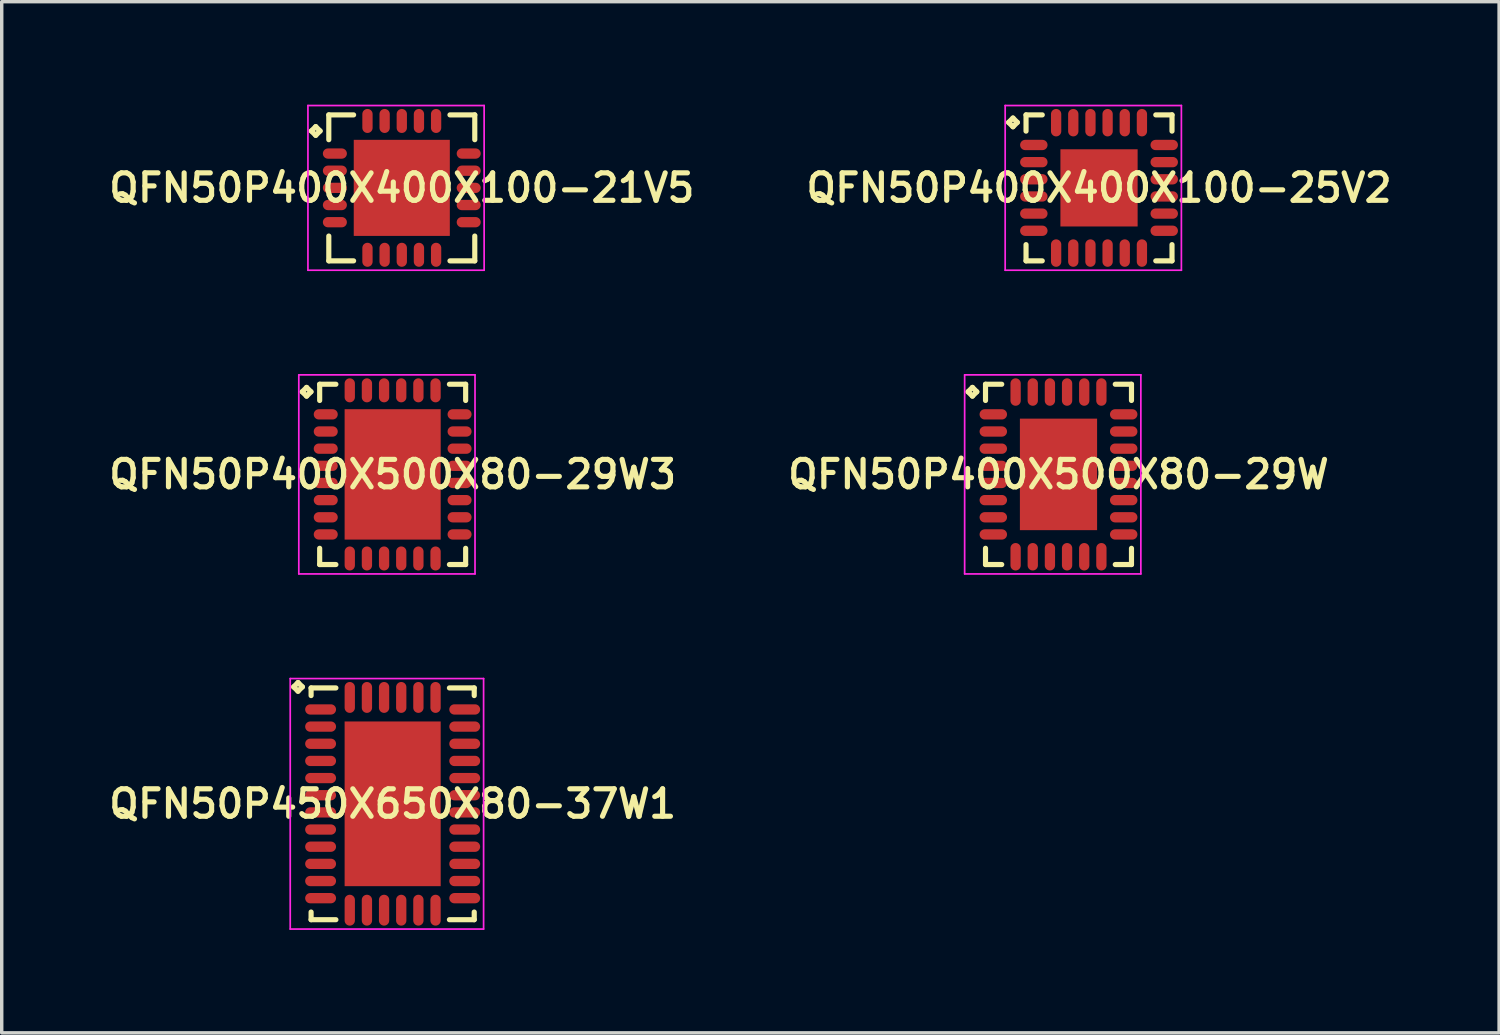
<source format=kicad_pcb>
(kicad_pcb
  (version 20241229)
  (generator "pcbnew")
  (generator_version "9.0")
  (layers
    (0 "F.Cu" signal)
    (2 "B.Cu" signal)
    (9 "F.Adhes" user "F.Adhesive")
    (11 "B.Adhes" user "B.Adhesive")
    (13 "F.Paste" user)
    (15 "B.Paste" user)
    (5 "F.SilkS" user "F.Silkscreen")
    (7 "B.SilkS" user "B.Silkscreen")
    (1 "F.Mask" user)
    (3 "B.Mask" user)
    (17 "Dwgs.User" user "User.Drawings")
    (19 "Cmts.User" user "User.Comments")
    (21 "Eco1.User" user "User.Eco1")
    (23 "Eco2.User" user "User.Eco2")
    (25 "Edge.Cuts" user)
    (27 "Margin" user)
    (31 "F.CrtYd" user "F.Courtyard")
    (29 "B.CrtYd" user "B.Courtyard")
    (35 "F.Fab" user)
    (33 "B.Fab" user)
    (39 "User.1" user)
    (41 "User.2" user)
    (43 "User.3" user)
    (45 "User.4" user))
  (footprint "QFN50P400X400X100-25V2"
    (layer "F.Cu")
    (at 28.978 2.425)
    (property "Reference" "QFN50P400X400X100-25V2" (at 0 0 0) (layer "F.SilkS") (effects (font (size 0.8 0.8) (thickness 0.15))))
    (attr smd)
    (fp_line (start -2.635 -1.908) (end -2.508 -2.035) (stroke (width 0.15) (type solid)) (layer "F.SilkS"))
    (fp_line (start -2.508 -2.035) (end -2.381 -1.908) (stroke (width 0.15) (type solid)) (layer "F.SilkS"))
    (fp_line (start -2.508 -1.781) (end -2.635 -1.908) (stroke (width 0.15) (type solid)) (layer "F.SilkS"))
    (fp_line (start -2.381 -1.908) (end -2.508 -1.781) (stroke (width 0.15) (type solid)) (layer "F.SilkS"))
    (fp_line (start -2.127 -2.127) (end -1.654 -2.127) (stroke (width 0.15) (type solid)) (layer "F.SilkS"))
    (fp_line (start -2.127 -1.654) (end -2.127 -2.127) (stroke (width 0.15) (type solid)) (layer "F.SilkS"))
    (fp_line (start -2.127 1.654) (end -2.127 2.127) (stroke (width 0.15) (type solid)) (layer "F.SilkS"))
    (fp_line (start -2.127 2.127) (end -1.654 2.127) (stroke (width 0.15) (type solid)) (layer "F.SilkS"))
    (fp_line (start 1.654 -2.127) (end 2.127 -2.127) (stroke (width 0.15) (type solid)) (layer "F.SilkS"))
    (fp_line (start 1.654 2.127) (end 2.127 2.127) (stroke (width 0.15) (type solid)) (layer "F.SilkS"))
    (fp_line (start 2.127 -2.127) (end 2.127 -1.654) (stroke (width 0.15) (type solid)) (layer "F.SilkS"))
    (fp_line (start 2.127 2.127) (end 2.127 1.654) (stroke (width 0.15) (type solid)) (layer "F.SilkS"))
    (fp_line (start -2.735 -2.4) (end 2.4 -2.4) (stroke (width 0.05) (type solid)) (layer "F.CrtYd"))
    (fp_line (start -2.735 2.4) (end -2.735 -2.4) (stroke (width 0.05) (type solid)) (layer "F.CrtYd"))
    (fp_line (start 2.4 -2.4) (end 2.4 2.4) (stroke (width 0.05) (type solid)) (layer "F.CrtYd"))
    (fp_line (start 2.4 2.4) (end -2.735 2.4) (stroke (width 0.05) (type solid)) (layer "F.CrtYd"))
    (pad "1" smd oval (at -1.9 -1.25) (size 0.8 0.3) (layers "F.Cu" "F.Mask" "F.Paste"))
    (pad "2" smd oval (at -1.9 -0.75) (size 0.8 0.3) (layers "F.Cu" "F.Mask" "F.Paste"))
    (pad "3" smd oval (at -1.9 -0.25) (size 0.8 0.3) (layers "F.Cu" "F.Mask" "F.Paste"))
    (pad "4" smd oval (at -1.9 0.25) (size 0.8 0.3) (layers "F.Cu" "F.Mask" "F.Paste"))
    (pad "5" smd oval (at -1.9 0.75) (size 0.8 0.3) (layers "F.Cu" "F.Mask" "F.Paste"))
    (pad "6" smd oval (at -1.9 1.25) (size 0.8 0.3) (layers "F.Cu" "F.Mask" "F.Paste"))
    (pad "7" smd oval (at -1.25 1.9) (size 0.3 0.8) (layers "F.Cu" "F.Mask" "F.Paste"))
    (pad "8" smd oval (at -0.75 1.9) (size 0.3 0.8) (layers "F.Cu" "F.Mask" "F.Paste"))
    (pad "9" smd oval (at -0.25 1.9) (size 0.3 0.8) (layers "F.Cu" "F.Mask" "F.Paste"))
    (pad "10" smd oval (at 0.25 1.9) (size 0.3 0.8) (layers "F.Cu" "F.Mask" "F.Paste"))
    (pad "11" smd oval (at 0.75 1.9) (size 0.3 0.8) (layers "F.Cu" "F.Mask" "F.Paste"))
    (pad "12" smd oval (at 1.25 1.9) (size 0.3 0.8) (layers "F.Cu" "F.Mask" "F.Paste"))
    (pad "13" smd oval (at 1.9 1.25) (size 0.8 0.3) (layers "F.Cu" "F.Mask" "F.Paste"))
    (pad "14" smd oval (at 1.9 0.75) (size 0.8 0.3) (layers "F.Cu" "F.Mask" "F.Paste"))
    (pad "15" smd oval (at 1.9 0.25) (size 0.8 0.3) (layers "F.Cu" "F.Mask" "F.Paste"))
    (pad "16" smd oval (at 1.9 -0.25) (size 0.8 0.3) (layers "F.Cu" "F.Mask" "F.Paste"))
    (pad "17" smd oval (at 1.9 -0.75) (size 0.8 0.3) (layers "F.Cu" "F.Mask" "F.Paste"))
    (pad "18" smd oval (at 1.9 -1.25) (size 0.8 0.3) (layers "F.Cu" "F.Mask" "F.Paste"))
    (pad "19" smd oval (at 1.25 -1.9) (size 0.3 0.8) (layers "F.Cu" "F.Mask" "F.Paste"))
    (pad "20" smd oval (at 0.75 -1.9) (size 0.3 0.8) (layers "F.Cu" "F.Mask" "F.Paste"))
    (pad "21" smd oval (at 0.25 -1.9) (size 0.3 0.8) (layers "F.Cu" "F.Mask" "F.Paste"))
    (pad "22" smd oval (at -0.25 -1.9) (size 0.3 0.8) (layers "F.Cu" "F.Mask" "F.Paste"))
    (pad "23" smd oval (at -0.75 -1.9) (size 0.3 0.8) (layers "F.Cu" "F.Mask" "F.Paste"))
    (pad "24" smd oval (at -1.25 -1.9) (size 0.3 0.8) (layers "F.Cu" "F.Mask" "F.Paste"))
    (pad "25" smd rect (at 0 0) (size 2.25 2.25) (layers "F.Cu" "F.Mask" "F.Paste")))
  (footprint "QFN50P450X650X80-37W1"
    (layer "F.Cu")
    (at 8.393 20.375)
    (property "Reference" "QFN50P450X650X80-37W1" (at 0 0 0) (layer "F.SilkS") (effects (font (size 0.8 0.8) (thickness 0.15))))
    (attr smd)
    (fp_line (start -2.885 -3.408) (end -2.758 -3.535) (stroke (width 0.15) (type solid)) (layer "F.SilkS"))
    (fp_line (start -2.758 -3.535) (end -2.631 -3.408) (stroke (width 0.15) (type solid)) (layer "F.SilkS"))
    (fp_line (start -2.758 -3.281) (end -2.885 -3.408) (stroke (width 0.15) (type solid)) (layer "F.SilkS"))
    (fp_line (start -2.631 -3.408) (end -2.758 -3.281) (stroke (width 0.15) (type solid)) (layer "F.SilkS"))
    (fp_line (start -2.377 -3.377) (end -1.654 -3.377) (stroke (width 0.15) (type solid)) (layer "F.SilkS"))
    (fp_line (start -2.377 -3.154) (end -2.377 -3.377) (stroke (width 0.15) (type solid)) (layer "F.SilkS"))
    (fp_line (start -2.377 3.154) (end -2.377 3.377) (stroke (width 0.15) (type solid)) (layer "F.SilkS"))
    (fp_line (start -2.377 3.377) (end -1.654 3.377) (stroke (width 0.15) (type solid)) (layer "F.SilkS"))
    (fp_line (start 1.654 -3.377) (end 2.377 -3.377) (stroke (width 0.15) (type solid)) (layer "F.SilkS"))
    (fp_line (start 1.654 3.377) (end 2.377 3.377) (stroke (width 0.15) (type solid)) (layer "F.SilkS"))
    (fp_line (start 2.377 -3.377) (end 2.377 -3.154) (stroke (width 0.15) (type solid)) (layer "F.SilkS"))
    (fp_line (start 2.377 3.377) (end 2.377 3.154) (stroke (width 0.15) (type solid)) (layer "F.SilkS"))
    (fp_line (start -2.985 -3.65) (end 2.65 -3.65) (stroke (width 0.05) (type solid)) (layer "F.CrtYd"))
    (fp_line (start -2.985 3.65) (end -2.985 -3.65) (stroke (width 0.05) (type solid)) (layer "F.CrtYd"))
    (fp_line (start 2.65 -3.65) (end 2.65 3.65) (stroke (width 0.05) (type solid)) (layer "F.CrtYd"))
    (fp_line (start 2.65 3.65) (end -2.985 3.65) (stroke (width 0.05) (type solid)) (layer "F.CrtYd"))
    (pad "1" smd oval (at -2.1 -2.75) (size 0.9 0.3) (layers "F.Cu" "F.Mask" "F.Paste"))
    (pad "2" smd oval (at -2.1 -2.25) (size 0.9 0.3) (layers "F.Cu" "F.Mask" "F.Paste"))
    (pad "3" smd oval (at -2.1 -1.75) (size 0.9 0.3) (layers "F.Cu" "F.Mask" "F.Paste"))
    (pad "4" smd oval (at -2.1 -1.25) (size 0.9 0.3) (layers "F.Cu" "F.Mask" "F.Paste"))
    (pad "5" smd oval (at -2.1 -0.75) (size 0.9 0.3) (layers "F.Cu" "F.Mask" "F.Paste"))
    (pad "6" smd oval (at -2.1 -0.25) (size 0.9 0.3) (layers "F.Cu" "F.Mask" "F.Paste"))
    (pad "7" smd oval (at -2.1 0.25) (size 0.9 0.3) (layers "F.Cu" "F.Mask" "F.Paste"))
    (pad "8" smd oval (at -2.1 0.75) (size 0.9 0.3) (layers "F.Cu" "F.Mask" "F.Paste"))
    (pad "9" smd oval (at -2.1 1.25) (size 0.9 0.3) (layers "F.Cu" "F.Mask" "F.Paste"))
    (pad "10" smd oval (at -2.1 1.75) (size 0.9 0.3) (layers "F.Cu" "F.Mask" "F.Paste"))
    (pad "11" smd oval (at -2.1 2.25) (size 0.9 0.3) (layers "F.Cu" "F.Mask" "F.Paste"))
    (pad "12" smd oval (at -2.1 2.75) (size 0.9 0.3) (layers "F.Cu" "F.Mask" "F.Paste"))
    (pad "13" smd oval (at -1.25 3.1) (size 0.3 0.9) (layers "F.Cu" "F.Mask" "F.Paste"))
    (pad "14" smd oval (at -0.75 3.1) (size 0.3 0.9) (layers "F.Cu" "F.Mask" "F.Paste"))
    (pad "15" smd oval (at -0.25 3.1) (size 0.3 0.9) (layers "F.Cu" "F.Mask" "F.Paste"))
    (pad "16" smd oval (at 0.25 3.1) (size 0.3 0.9) (layers "F.Cu" "F.Mask" "F.Paste"))
    (pad "17" smd oval (at 0.75 3.1) (size 0.3 0.9) (layers "F.Cu" "F.Mask" "F.Paste"))
    (pad "18" smd oval (at 1.25 3.1) (size 0.3 0.9) (layers "F.Cu" "F.Mask" "F.Paste"))
    (pad "19" smd oval (at 2.1 2.75) (size 0.9 0.3) (layers "F.Cu" "F.Mask" "F.Paste"))
    (pad "20" smd oval (at 2.1 2.25) (size 0.9 0.3) (layers "F.Cu" "F.Mask" "F.Paste"))
    (pad "21" smd oval (at 2.1 1.75) (size 0.9 0.3) (layers "F.Cu" "F.Mask" "F.Paste"))
    (pad "22" smd oval (at 2.1 1.25) (size 0.9 0.3) (layers "F.Cu" "F.Mask" "F.Paste"))
    (pad "23" smd oval (at 2.1 0.75) (size 0.9 0.3) (layers "F.Cu" "F.Mask" "F.Paste"))
    (pad "24" smd oval (at 2.1 0.25) (size 0.9 0.3) (layers "F.Cu" "F.Mask" "F.Paste"))
    (pad "25" smd oval (at 2.1 -0.25) (size 0.9 0.3) (layers "F.Cu" "F.Mask" "F.Paste"))
    (pad "26" smd oval (at 2.1 -0.75) (size 0.9 0.3) (layers "F.Cu" "F.Mask" "F.Paste"))
    (pad "27" smd oval (at 2.1 -1.25) (size 0.9 0.3) (layers "F.Cu" "F.Mask" "F.Paste"))
    (pad "28" smd oval (at 2.1 -1.75) (size 0.9 0.3) (layers "F.Cu" "F.Mask" "F.Paste"))
    (pad "29" smd oval (at 2.1 -2.25) (size 0.9 0.3) (layers "F.Cu" "F.Mask" "F.Paste"))
    (pad "30" smd oval (at 2.1 -2.75) (size 0.9 0.3) (layers "F.Cu" "F.Mask" "F.Paste"))
    (pad "31" smd oval (at 1.25 -3.1) (size 0.3 0.9) (layers "F.Cu" "F.Mask" "F.Paste"))
    (pad "32" smd oval (at 0.75 -3.1) (size 0.3 0.9) (layers "F.Cu" "F.Mask" "F.Paste"))
    (pad "33" smd oval (at 0.25 -3.1) (size 0.3 0.9) (layers "F.Cu" "F.Mask" "F.Paste"))
    (pad "34" smd oval (at -0.25 -3.1) (size 0.3 0.9) (layers "F.Cu" "F.Mask" "F.Paste"))
    (pad "35" smd oval (at -0.75 -3.1) (size 0.3 0.9) (layers "F.Cu" "F.Mask" "F.Paste"))
    (pad "36" smd oval (at -1.25 -3.1) (size 0.3 0.9) (layers "F.Cu" "F.Mask" "F.Paste"))
    (pad "37" smd rect (at 0 0) (size 2.8 4.8) (layers "F.Cu" "F.Mask" "F.Paste")))
  (footprint "QFN50P400X400X100-21V5"
    (layer "F.Cu")
    (at 8.659 2.425)
    (property "Reference" "QFN50P400X400X100-21V5" (at 0 0 0) (layer "F.SilkS") (effects (font (size 0.8 0.8) (thickness 0.15))))
    (attr smd)
    (fp_line (start -2.635 -1.658) (end -2.508 -1.785) (stroke (width 0.15) (type solid)) (layer "F.SilkS"))
    (fp_line (start -2.508 -1.785) (end -2.381 -1.658) (stroke (width 0.15) (type solid)) (layer "F.SilkS"))
    (fp_line (start -2.508 -1.531) (end -2.635 -1.658) (stroke (width 0.15) (type solid)) (layer "F.SilkS"))
    (fp_line (start -2.381 -1.658) (end -2.508 -1.531) (stroke (width 0.15) (type solid)) (layer "F.SilkS"))
    (fp_line (start -2.127 -2.127) (end -1.404 -2.127) (stroke (width 0.15) (type solid)) (layer "F.SilkS"))
    (fp_line (start -2.127 -1.404) (end -2.127 -2.127) (stroke (width 0.15) (type solid)) (layer "F.SilkS"))
    (fp_line (start -2.127 1.404) (end -2.127 2.127) (stroke (width 0.15) (type solid)) (layer "F.SilkS"))
    (fp_line (start -2.127 2.127) (end -1.404 2.127) (stroke (width 0.15) (type solid)) (layer "F.SilkS"))
    (fp_line (start 1.404 -2.127) (end 2.127 -2.127) (stroke (width 0.15) (type solid)) (layer "F.SilkS"))
    (fp_line (start 1.404 2.127) (end 2.127 2.127) (stroke (width 0.15) (type solid)) (layer "F.SilkS"))
    (fp_line (start 2.127 -2.127) (end 2.127 -1.404) (stroke (width 0.15) (type solid)) (layer "F.SilkS"))
    (fp_line (start 2.127 2.127) (end 2.127 1.404) (stroke (width 0.15) (type solid)) (layer "F.SilkS"))
    (fp_line (start -2.735 -2.4) (end 2.4 -2.4) (stroke (width 0.05) (type solid)) (layer "F.CrtYd"))
    (fp_line (start -2.735 2.4) (end -2.735 -2.4) (stroke (width 0.05) (type solid)) (layer "F.CrtYd"))
    (fp_line (start 2.4 -2.4) (end 2.4 2.4) (stroke (width 0.05) (type solid)) (layer "F.CrtYd"))
    (fp_line (start 2.4 2.4) (end -2.735 2.4) (stroke (width 0.05) (type solid)) (layer "F.CrtYd"))
    (pad "1" smd oval (at -1.95 -1) (size 0.7 0.3) (layers "F.Cu" "F.Mask" "F.Paste"))
    (pad "2" smd oval (at -1.95 -0.5) (size 0.7 0.3) (layers "F.Cu" "F.Mask" "F.Paste"))
    (pad "3" smd oval (at -1.95 0) (size 0.7 0.3) (layers "F.Cu" "F.Mask" "F.Paste"))
    (pad "4" smd oval (at -1.95 0.5) (size 0.7 0.3) (layers "F.Cu" "F.Mask" "F.Paste"))
    (pad "5" smd oval (at -1.95 1) (size 0.7 0.3) (layers "F.Cu" "F.Mask" "F.Paste"))
    (pad "6" smd oval (at -1 1.95) (size 0.3 0.7) (layers "F.Cu" "F.Mask" "F.Paste"))
    (pad "7" smd oval (at -0.5 1.95) (size 0.3 0.7) (layers "F.Cu" "F.Mask" "F.Paste"))
    (pad "8" smd oval (at 0 1.95) (size 0.3 0.7) (layers "F.Cu" "F.Mask" "F.Paste"))
    (pad "9" smd oval (at 0.5 1.95) (size 0.3 0.7) (layers "F.Cu" "F.Mask" "F.Paste"))
    (pad "10" smd oval (at 1 1.95) (size 0.3 0.7) (layers "F.Cu" "F.Mask" "F.Paste"))
    (pad "11" smd oval (at 1.95 1) (size 0.7 0.3) (layers "F.Cu" "F.Mask" "F.Paste"))
    (pad "12" smd oval (at 1.95 0.5) (size 0.7 0.3) (layers "F.Cu" "F.Mask" "F.Paste"))
    (pad "13" smd oval (at 1.95 0) (size 0.7 0.3) (layers "F.Cu" "F.Mask" "F.Paste"))
    (pad "14" smd oval (at 1.95 -0.5) (size 0.7 0.3) (layers "F.Cu" "F.Mask" "F.Paste"))
    (pad "15" smd oval (at 1.95 -1) (size 0.7 0.3) (layers "F.Cu" "F.Mask" "F.Paste"))
    (pad "16" smd oval (at 1 -1.95) (size 0.3 0.7) (layers "F.Cu" "F.Mask" "F.Paste"))
    (pad "17" smd oval (at 0.5 -1.95) (size 0.3 0.7) (layers "F.Cu" "F.Mask" "F.Paste"))
    (pad "18" smd oval (at 0 -1.95) (size 0.3 0.7) (layers "F.Cu" "F.Mask" "F.Paste"))
    (pad "19" smd oval (at -0.5 -1.95) (size 0.3 0.7) (layers "F.Cu" "F.Mask" "F.Paste"))
    (pad "20" smd oval (at -1 -1.95) (size 0.3 0.7) (layers "F.Cu" "F.Mask" "F.Paste"))
    (pad "21" smd rect (at 0 0) (size 2.8 2.8) (layers "F.Cu" "F.Mask" "F.Paste")))
  (footprint "QFN50P400X500X80-29W"
    (layer "F.Cu")
    (at 27.797 10.775)
    (property "Reference" "QFN50P400X500X80-29W" (at 0 0 0) (layer "F.SilkS") (effects (font (size 0.8 0.8) (thickness 0.15))))
    (attr smd)
    (fp_line (start -2.635 -2.408) (end -2.508 -2.535) (stroke (width 0.15) (type solid)) (layer "F.SilkS"))
    (fp_line (start -2.508 -2.535) (end -2.381 -2.408) (stroke (width 0.15) (type solid)) (layer "F.SilkS"))
    (fp_line (start -2.508 -2.281) (end -2.635 -2.408) (stroke (width 0.15) (type solid)) (layer "F.SilkS"))
    (fp_line (start -2.381 -2.408) (end -2.508 -2.281) (stroke (width 0.15) (type solid)) (layer "F.SilkS"))
    (fp_line (start -2.127 -2.627) (end -1.654 -2.627) (stroke (width 0.15) (type solid)) (layer "F.SilkS"))
    (fp_line (start -2.127 -2.154) (end -2.127 -2.627) (stroke (width 0.15) (type solid)) (layer "F.SilkS"))
    (fp_line (start -2.127 2.154) (end -2.127 2.627) (stroke (width 0.15) (type solid)) (layer "F.SilkS"))
    (fp_line (start -2.127 2.627) (end -1.654 2.627) (stroke (width 0.15) (type solid)) (layer "F.SilkS"))
    (fp_line (start 1.654 -2.627) (end 2.127 -2.627) (stroke (width 0.15) (type solid)) (layer "F.SilkS"))
    (fp_line (start 1.654 2.627) (end 2.127 2.627) (stroke (width 0.15) (type solid)) (layer "F.SilkS"))
    (fp_line (start 2.127 -2.627) (end 2.127 -2.154) (stroke (width 0.15) (type solid)) (layer "F.SilkS"))
    (fp_line (start 2.127 2.627) (end 2.127 2.154) (stroke (width 0.15) (type solid)) (layer "F.SilkS"))
    (fp_line (start -2.735 -2.9) (end 2.4 -2.9) (stroke (width 0.05) (type solid)) (layer "F.CrtYd"))
    (fp_line (start -2.735 2.9) (end -2.735 -2.9) (stroke (width 0.05) (type solid)) (layer "F.CrtYd"))
    (fp_line (start 2.4 -2.9) (end 2.4 2.9) (stroke (width 0.05) (type solid)) (layer "F.CrtYd"))
    (fp_line (start 2.4 2.9) (end -2.735 2.9) (stroke (width 0.05) (type solid)) (layer "F.CrtYd"))
    (pad "1" smd oval (at -1.9 -1.75) (size 0.8 0.3) (layers "F.Cu" "F.Mask" "F.Paste"))
    (pad "2" smd oval (at -1.9 -1.25) (size 0.8 0.3) (layers "F.Cu" "F.Mask" "F.Paste"))
    (pad "3" smd oval (at -1.9 -0.75) (size 0.8 0.3) (layers "F.Cu" "F.Mask" "F.Paste"))
    (pad "4" smd oval (at -1.9 -0.25) (size 0.8 0.3) (layers "F.Cu" "F.Mask" "F.Paste"))
    (pad "5" smd oval (at -1.9 0.25) (size 0.8 0.3) (layers "F.Cu" "F.Mask" "F.Paste"))
    (pad "6" smd oval (at -1.9 0.75) (size 0.8 0.3) (layers "F.Cu" "F.Mask" "F.Paste"))
    (pad "7" smd oval (at -1.9 1.25) (size 0.8 0.3) (layers "F.Cu" "F.Mask" "F.Paste"))
    (pad "8" smd oval (at -1.9 1.75) (size 0.8 0.3) (layers "F.Cu" "F.Mask" "F.Paste"))
    (pad "9" smd oval (at -1.25 2.4) (size 0.3 0.8) (layers "F.Cu" "F.Mask" "F.Paste"))
    (pad "10" smd oval (at -0.75 2.4) (size 0.3 0.8) (layers "F.Cu" "F.Mask" "F.Paste"))
    (pad "11" smd oval (at -0.25 2.4) (size 0.3 0.8) (layers "F.Cu" "F.Mask" "F.Paste"))
    (pad "12" smd oval (at 0.25 2.4) (size 0.3 0.8) (layers "F.Cu" "F.Mask" "F.Paste"))
    (pad "13" smd oval (at 0.75 2.4) (size 0.3 0.8) (layers "F.Cu" "F.Mask" "F.Paste"))
    (pad "14" smd oval (at 1.25 2.4) (size 0.3 0.8) (layers "F.Cu" "F.Mask" "F.Paste"))
    (pad "15" smd oval (at 1.9 1.75) (size 0.8 0.3) (layers "F.Cu" "F.Mask" "F.Paste"))
    (pad "16" smd oval (at 1.9 1.25) (size 0.8 0.3) (layers "F.Cu" "F.Mask" "F.Paste"))
    (pad "17" smd oval (at 1.9 0.75) (size 0.8 0.3) (layers "F.Cu" "F.Mask" "F.Paste"))
    (pad "18" smd oval (at 1.9 0.25) (size 0.8 0.3) (layers "F.Cu" "F.Mask" "F.Paste"))
    (pad "19" smd oval (at 1.9 -0.25) (size 0.8 0.3) (layers "F.Cu" "F.Mask" "F.Paste"))
    (pad "20" smd oval (at 1.9 -0.75) (size 0.8 0.3) (layers "F.Cu" "F.Mask" "F.Paste"))
    (pad "21" smd oval (at 1.9 -1.25) (size 0.8 0.3) (layers "F.Cu" "F.Mask" "F.Paste"))
    (pad "22" smd oval (at 1.9 -1.75) (size 0.8 0.3) (layers "F.Cu" "F.Mask" "F.Paste"))
    (pad "23" smd oval (at 1.25 -2.4) (size 0.3 0.8) (layers "F.Cu" "F.Mask" "F.Paste"))
    (pad "24" smd oval (at 0.75 -2.4) (size 0.3 0.8) (layers "F.Cu" "F.Mask" "F.Paste"))
    (pad "25" smd oval (at 0.25 -2.4) (size 0.3 0.8) (layers "F.Cu" "F.Mask" "F.Paste"))
    (pad "26" smd oval (at -0.25 -2.4) (size 0.3 0.8) (layers "F.Cu" "F.Mask" "F.Paste"))
    (pad "27" smd oval (at -0.75 -2.4) (size 0.3 0.8) (layers "F.Cu" "F.Mask" "F.Paste"))
    (pad "28" smd oval (at -1.25 -2.4) (size 0.3 0.8) (layers "F.Cu" "F.Mask" "F.Paste"))
    (pad "29" smd rect (at 0 0) (size 2.25 3.25) (layers "F.Cu" "F.Mask" "F.Paste")))
  (footprint "QFN50P400X500X80-29W3"
    (layer "F.Cu")
    (at 8.393 10.775)
    (property "Reference" "QFN50P400X500X80-29W3" (at 0 0 0) (layer "F.SilkS") (effects (font (size 0.8 0.8) (thickness 0.15))))
    (attr smd)
    (fp_line (start -2.635 -2.408) (end -2.508 -2.535) (stroke (width 0.15) (type solid)) (layer "F.SilkS"))
    (fp_line (start -2.508 -2.535) (end -2.381 -2.408) (stroke (width 0.15) (type solid)) (layer "F.SilkS"))
    (fp_line (start -2.508 -2.281) (end -2.635 -2.408) (stroke (width 0.15) (type solid)) (layer "F.SilkS"))
    (fp_line (start -2.381 -2.408) (end -2.508 -2.281) (stroke (width 0.15) (type solid)) (layer "F.SilkS"))
    (fp_line (start -2.127 -2.627) (end -1.654 -2.627) (stroke (width 0.15) (type solid)) (layer "F.SilkS"))
    (fp_line (start -2.127 -2.154) (end -2.127 -2.627) (stroke (width 0.15) (type solid)) (layer "F.SilkS"))
    (fp_line (start -2.127 2.154) (end -2.127 2.627) (stroke (width 0.15) (type solid)) (layer "F.SilkS"))
    (fp_line (start -2.127 2.627) (end -1.654 2.627) (stroke (width 0.15) (type solid)) (layer "F.SilkS"))
    (fp_line (start 1.654 -2.627) (end 2.127 -2.627) (stroke (width 0.15) (type solid)) (layer "F.SilkS"))
    (fp_line (start 1.654 2.627) (end 2.127 2.627) (stroke (width 0.15) (type solid)) (layer "F.SilkS"))
    (fp_line (start 2.127 -2.627) (end 2.127 -2.154) (stroke (width 0.15) (type solid)) (layer "F.SilkS"))
    (fp_line (start 2.127 2.627) (end 2.127 2.154) (stroke (width 0.15) (type solid)) (layer "F.SilkS"))
    (fp_line (start -2.735 -2.9) (end 2.4 -2.9) (stroke (width 0.05) (type solid)) (layer "F.CrtYd"))
    (fp_line (start -2.735 2.9) (end -2.735 -2.9) (stroke (width 0.05) (type solid)) (layer "F.CrtYd"))
    (fp_line (start 2.4 -2.9) (end 2.4 2.9) (stroke (width 0.05) (type solid)) (layer "F.CrtYd"))
    (fp_line (start 2.4 2.9) (end -2.735 2.9) (stroke (width 0.05) (type solid)) (layer "F.CrtYd"))
    (pad "1" smd oval (at -1.95 -1.75) (size 0.7 0.3) (layers "F.Cu" "F.Mask" "F.Paste"))
    (pad "2" smd oval (at -1.95 -1.25) (size 0.7 0.3) (layers "F.Cu" "F.Mask" "F.Paste"))
    (pad "3" smd oval (at -1.95 -0.75) (size 0.7 0.3) (layers "F.Cu" "F.Mask" "F.Paste"))
    (pad "4" smd oval (at -1.95 -0.25) (size 0.7 0.3) (layers "F.Cu" "F.Mask" "F.Paste"))
    (pad "5" smd oval (at -1.95 0.25) (size 0.7 0.3) (layers "F.Cu" "F.Mask" "F.Paste"))
    (pad "6" smd oval (at -1.95 0.75) (size 0.7 0.3) (layers "F.Cu" "F.Mask" "F.Paste"))
    (pad "7" smd oval (at -1.95 1.25) (size 0.7 0.3) (layers "F.Cu" "F.Mask" "F.Paste"))
    (pad "8" smd oval (at -1.95 1.75) (size 0.7 0.3) (layers "F.Cu" "F.Mask" "F.Paste"))
    (pad "9" smd oval (at -1.25 2.45) (size 0.3 0.7) (layers "F.Cu" "F.Mask" "F.Paste"))
    (pad "10" smd oval (at -0.75 2.45) (size 0.3 0.7) (layers "F.Cu" "F.Mask" "F.Paste"))
    (pad "11" smd oval (at -0.25 2.45) (size 0.3 0.7) (layers "F.Cu" "F.Mask" "F.Paste"))
    (pad "12" smd oval (at 0.25 2.45) (size 0.3 0.7) (layers "F.Cu" "F.Mask" "F.Paste"))
    (pad "13" smd oval (at 0.75 2.45) (size 0.3 0.7) (layers "F.Cu" "F.Mask" "F.Paste"))
    (pad "14" smd oval (at 1.25 2.45) (size 0.3 0.7) (layers "F.Cu" "F.Mask" "F.Paste"))
    (pad "15" smd oval (at 1.95 1.75) (size 0.7 0.3) (layers "F.Cu" "F.Mask" "F.Paste"))
    (pad "16" smd oval (at 1.95 1.25) (size 0.7 0.3) (layers "F.Cu" "F.Mask" "F.Paste"))
    (pad "17" smd oval (at 1.95 0.75) (size 0.7 0.3) (layers "F.Cu" "F.Mask" "F.Paste"))
    (pad "18" smd oval (at 1.95 0.25) (size 0.7 0.3) (layers "F.Cu" "F.Mask" "F.Paste"))
    (pad "19" smd oval (at 1.95 -0.25) (size 0.7 0.3) (layers "F.Cu" "F.Mask" "F.Paste"))
    (pad "20" smd oval (at 1.95 -0.75) (size 0.7 0.3) (layers "F.Cu" "F.Mask" "F.Paste"))
    (pad "21" smd oval (at 1.95 -1.25) (size 0.7 0.3) (layers "F.Cu" "F.Mask" "F.Paste"))
    (pad "22" smd oval (at 1.95 -1.75) (size 0.7 0.3) (layers "F.Cu" "F.Mask" "F.Paste"))
    (pad "23" smd oval (at 1.25 -2.45) (size 0.3 0.7) (layers "F.Cu" "F.Mask" "F.Paste"))
    (pad "24" smd oval (at 0.75 -2.45) (size 0.3 0.7) (layers "F.Cu" "F.Mask" "F.Paste"))
    (pad "25" smd oval (at 0.25 -2.45) (size 0.3 0.7) (layers "F.Cu" "F.Mask" "F.Paste"))
    (pad "26" smd oval (at -0.25 -2.45) (size 0.3 0.7) (layers "F.Cu" "F.Mask" "F.Paste"))
    (pad "27" smd oval (at -0.75 -2.45) (size 0.3 0.7) (layers "F.Cu" "F.Mask" "F.Paste"))
    (pad "28" smd oval (at -1.25 -2.45) (size 0.3 0.7) (layers "F.Cu" "F.Mask" "F.Paste"))
    (pad "29" smd rect (at 0 0) (size 2.8 3.8) (layers "F.Cu" "F.Mask" "F.Paste")))
  (gr_rect
    (start -3 -3)
    (end 40.637 27.05)
    (stroke (width 0.1) (type default))
    (fill no)
    (layer "Edge.Cuts")))
</source>
